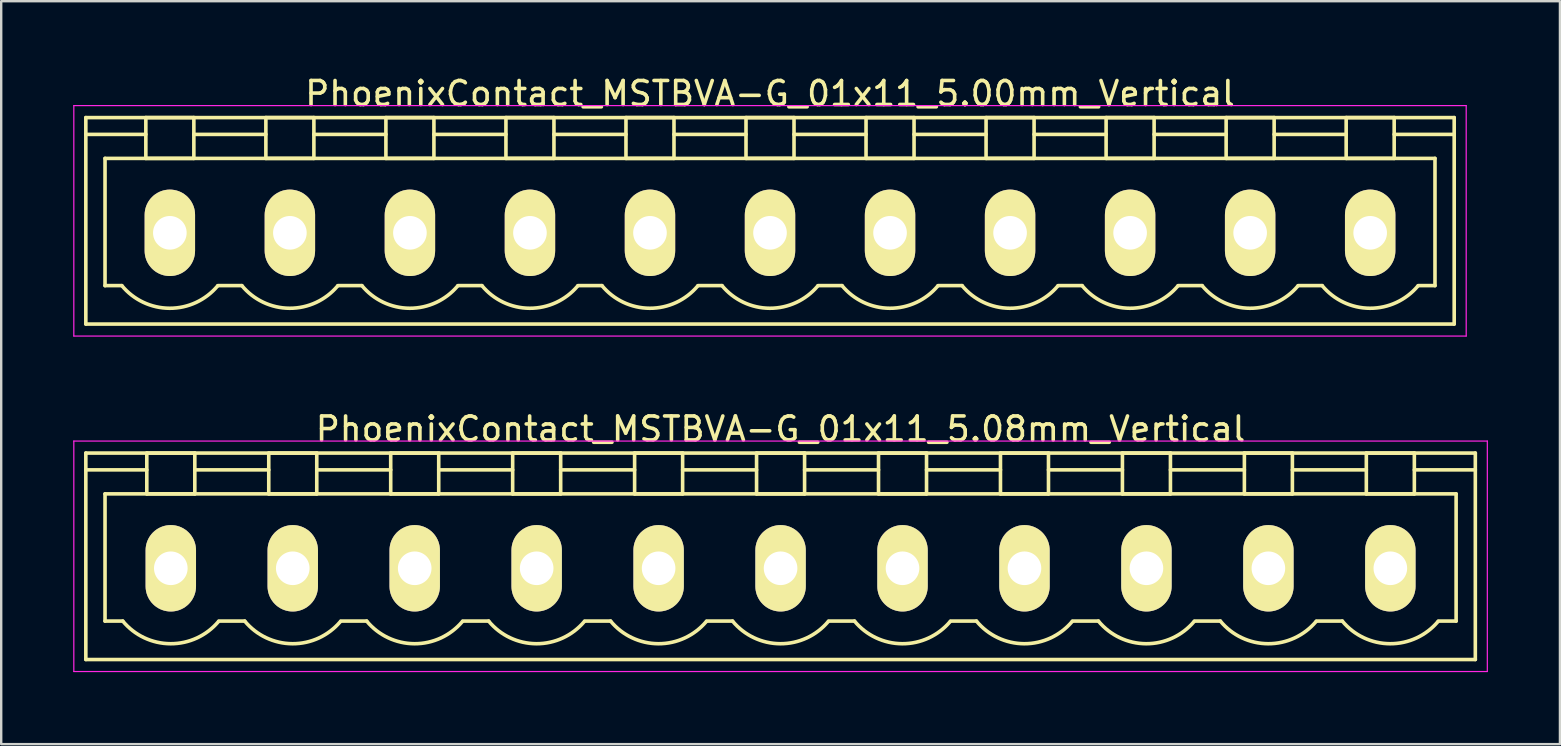
<source format=kicad_pcb>
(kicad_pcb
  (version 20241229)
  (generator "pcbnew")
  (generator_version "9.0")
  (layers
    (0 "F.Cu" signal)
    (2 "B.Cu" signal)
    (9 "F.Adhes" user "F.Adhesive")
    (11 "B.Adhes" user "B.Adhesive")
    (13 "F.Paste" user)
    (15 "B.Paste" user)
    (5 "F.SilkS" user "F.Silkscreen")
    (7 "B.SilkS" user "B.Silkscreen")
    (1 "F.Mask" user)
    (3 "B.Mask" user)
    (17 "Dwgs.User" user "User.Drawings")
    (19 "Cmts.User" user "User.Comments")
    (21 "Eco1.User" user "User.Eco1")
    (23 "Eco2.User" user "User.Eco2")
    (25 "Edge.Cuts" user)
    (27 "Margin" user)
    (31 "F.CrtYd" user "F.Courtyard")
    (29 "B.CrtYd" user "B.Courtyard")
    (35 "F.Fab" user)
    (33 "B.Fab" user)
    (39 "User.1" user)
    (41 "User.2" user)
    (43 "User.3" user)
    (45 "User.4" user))
  (footprint "PhoenixContact_MSTBVA-G_01x11_5.00mm_Vertical"
    (layer "F.Cu")
    (at 4.025 6.648)
    (property "Reference" "PhoenixContact_MSTBVA-G_01x11_5.00mm_Vertical" (at 25 -5.8 0) (layer "F.SilkS") (effects (font (size 1 1) (thickness 0.15))))
    (attr through_hole)
    (fp_line (start -3.5 -4.8) (end -3.5 3.8) (stroke (width 0.15) (type solid)) (layer "F.SilkS"))
    (fp_line (start -3.5 -4.1) (end -1 -4.1) (stroke (width 0.15) (type solid)) (layer "F.SilkS"))
    (fp_line (start -3.5 3.8) (end 53.5 3.8) (stroke (width 0.15) (type solid)) (layer "F.SilkS"))
    (fp_line (start -2.7 -3.1) (end 52.7 -3.1) (stroke (width 0.15) (type solid)) (layer "F.SilkS"))
    (fp_line (start -2.7 2.2) (end -2.7 -3.1) (stroke (width 0.15) (type solid)) (layer "F.SilkS"))
    (fp_line (start -2 2.2) (end -2.7 2.2) (stroke (width 0.15) (type solid)) (layer "F.SilkS"))
    (fp_line (start -1 -4.8) (end 1 -4.8) (stroke (width 0.15) (type solid)) (layer "F.SilkS"))
    (fp_line (start -1 -3.1) (end -1 -4.8) (stroke (width 0.15) (type solid)) (layer "F.SilkS"))
    (fp_line (start 1 -4.8) (end 1 -3.1) (stroke (width 0.15) (type solid)) (layer "F.SilkS"))
    (fp_line (start 1 -4.1) (end 4 -4.1) (stroke (width 0.15) (type solid)) (layer "F.SilkS"))
    (fp_line (start 1 -3.1) (end -1 -3.1) (stroke (width 0.15) (type solid)) (layer "F.SilkS"))
    (fp_line (start 2 2.2) (end 3 2.2) (stroke (width 0.15) (type solid)) (layer "F.SilkS"))
    (fp_line (start 4 -4.8) (end 6 -4.8) (stroke (width 0.15) (type solid)) (layer "F.SilkS"))
    (fp_line (start 4 -3.1) (end 4 -4.8) (stroke (width 0.15) (type solid)) (layer "F.SilkS"))
    (fp_line (start 6 -4.8) (end 6 -3.1) (stroke (width 0.15) (type solid)) (layer "F.SilkS"))
    (fp_line (start 6 -4.1) (end 9 -4.1) (stroke (width 0.15) (type solid)) (layer "F.SilkS"))
    (fp_line (start 6 -3.1) (end 4 -3.1) (stroke (width 0.15) (type solid)) (layer "F.SilkS"))
    (fp_line (start 7 2.2) (end 8 2.2) (stroke (width 0.15) (type solid)) (layer "F.SilkS"))
    (fp_line (start 9 -4.8) (end 11 -4.8) (stroke (width 0.15) (type solid)) (layer "F.SilkS"))
    (fp_line (start 9 -3.1) (end 9 -4.8) (stroke (width 0.15) (type solid)) (layer "F.SilkS"))
    (fp_line (start 11 -4.8) (end 11 -3.1) (stroke (width 0.15) (type solid)) (layer "F.SilkS"))
    (fp_line (start 11 -4.1) (end 14 -4.1) (stroke (width 0.15) (type solid)) (layer "F.SilkS"))
    (fp_line (start 11 -3.1) (end 9 -3.1) (stroke (width 0.15) (type solid)) (layer "F.SilkS"))
    (fp_line (start 12 2.2) (end 13 2.2) (stroke (width 0.15) (type solid)) (layer "F.SilkS"))
    (fp_line (start 14 -4.8) (end 16 -4.8) (stroke (width 0.15) (type solid)) (layer "F.SilkS"))
    (fp_line (start 14 -3.1) (end 14 -4.8) (stroke (width 0.15) (type solid)) (layer "F.SilkS"))
    (fp_line (start 16 -4.8) (end 16 -3.1) (stroke (width 0.15) (type solid)) (layer "F.SilkS"))
    (fp_line (start 16 -4.1) (end 19 -4.1) (stroke (width 0.15) (type solid)) (layer "F.SilkS"))
    (fp_line (start 16 -3.1) (end 14 -3.1) (stroke (width 0.15) (type solid)) (layer "F.SilkS"))
    (fp_line (start 17 2.2) (end 18 2.2) (stroke (width 0.15) (type solid)) (layer "F.SilkS"))
    (fp_line (start 19 -4.8) (end 21 -4.8) (stroke (width 0.15) (type solid)) (layer "F.SilkS"))
    (fp_line (start 19 -3.1) (end 19 -4.8) (stroke (width 0.15) (type solid)) (layer "F.SilkS"))
    (fp_line (start 21 -4.8) (end 21 -3.1) (stroke (width 0.15) (type solid)) (layer "F.SilkS"))
    (fp_line (start 21 -4.1) (end 24 -4.1) (stroke (width 0.15) (type solid)) (layer "F.SilkS"))
    (fp_line (start 21 -3.1) (end 19 -3.1) (stroke (width 0.15) (type solid)) (layer "F.SilkS"))
    (fp_line (start 22 2.2) (end 23 2.2) (stroke (width 0.15) (type solid)) (layer "F.SilkS"))
    (fp_line (start 24 -4.8) (end 26 -4.8) (stroke (width 0.15) (type solid)) (layer "F.SilkS"))
    (fp_line (start 24 -3.1) (end 24 -4.8) (stroke (width 0.15) (type solid)) (layer "F.SilkS"))
    (fp_line (start 26 -4.8) (end 26 -3.1) (stroke (width 0.15) (type solid)) (layer "F.SilkS"))
    (fp_line (start 26 -4.1) (end 29 -4.1) (stroke (width 0.15) (type solid)) (layer "F.SilkS"))
    (fp_line (start 26 -3.1) (end 24 -3.1) (stroke (width 0.15) (type solid)) (layer "F.SilkS"))
    (fp_line (start 27 2.2) (end 28 2.2) (stroke (width 0.15) (type solid)) (layer "F.SilkS"))
    (fp_line (start 29 -4.8) (end 31 -4.8) (stroke (width 0.15) (type solid)) (layer "F.SilkS"))
    (fp_line (start 29 -3.1) (end 29 -4.8) (stroke (width 0.15) (type solid)) (layer "F.SilkS"))
    (fp_line (start 31 -4.8) (end 31 -3.1) (stroke (width 0.15) (type solid)) (layer "F.SilkS"))
    (fp_line (start 31 -4.1) (end 34 -4.1) (stroke (width 0.15) (type solid)) (layer "F.SilkS"))
    (fp_line (start 31 -3.1) (end 29 -3.1) (stroke (width 0.15) (type solid)) (layer "F.SilkS"))
    (fp_line (start 32 2.2) (end 33 2.2) (stroke (width 0.15) (type solid)) (layer "F.SilkS"))
    (fp_line (start 34 -4.8) (end 36 -4.8) (stroke (width 0.15) (type solid)) (layer "F.SilkS"))
    (fp_line (start 34 -3.1) (end 34 -4.8) (stroke (width 0.15) (type solid)) (layer "F.SilkS"))
    (fp_line (start 36 -4.8) (end 36 -3.1) (stroke (width 0.15) (type solid)) (layer "F.SilkS"))
    (fp_line (start 36 -4.1) (end 39 -4.1) (stroke (width 0.15) (type solid)) (layer "F.SilkS"))
    (fp_line (start 36 -3.1) (end 34 -3.1) (stroke (width 0.15) (type solid)) (layer "F.SilkS"))
    (fp_line (start 37 2.2) (end 38 2.2) (stroke (width 0.15) (type solid)) (layer "F.SilkS"))
    (fp_line (start 39 -4.8) (end 41 -4.8) (stroke (width 0.15) (type solid)) (layer "F.SilkS"))
    (fp_line (start 39 -3.1) (end 39 -4.8) (stroke (width 0.15) (type solid)) (layer "F.SilkS"))
    (fp_line (start 41 -4.8) (end 41 -3.1) (stroke (width 0.15) (type solid)) (layer "F.SilkS"))
    (fp_line (start 41 -4.1) (end 44 -4.1) (stroke (width 0.15) (type solid)) (layer "F.SilkS"))
    (fp_line (start 41 -3.1) (end 39 -3.1) (stroke (width 0.15) (type solid)) (layer "F.SilkS"))
    (fp_line (start 42 2.2) (end 43 2.2) (stroke (width 0.15) (type solid)) (layer "F.SilkS"))
    (fp_line (start 44 -4.8) (end 46 -4.8) (stroke (width 0.15) (type solid)) (layer "F.SilkS"))
    (fp_line (start 44 -3.1) (end 44 -4.8) (stroke (width 0.15) (type solid)) (layer "F.SilkS"))
    (fp_line (start 46 -4.8) (end 46 -3.1) (stroke (width 0.15) (type solid)) (layer "F.SilkS"))
    (fp_line (start 46 -4.1) (end 49 -4.1) (stroke (width 0.15) (type solid)) (layer "F.SilkS"))
    (fp_line (start 46 -3.1) (end 44 -3.1) (stroke (width 0.15) (type solid)) (layer "F.SilkS"))
    (fp_line (start 47 2.2) (end 48 2.2) (stroke (width 0.15) (type solid)) (layer "F.SilkS"))
    (fp_line (start 49 -4.8) (end 51 -4.8) (stroke (width 0.15) (type solid)) (layer "F.SilkS"))
    (fp_line (start 49 -3.1) (end 49 -4.8) (stroke (width 0.15) (type solid)) (layer "F.SilkS"))
    (fp_line (start 51 -4.8) (end 51 -3.1) (stroke (width 0.15) (type solid)) (layer "F.SilkS"))
    (fp_line (start 51 -3.1) (end 49 -3.1) (stroke (width 0.15) (type solid)) (layer "F.SilkS"))
    (fp_line (start 52.7 -3.1) (end 52.7 2.2) (stroke (width 0.15) (type solid)) (layer "F.SilkS"))
    (fp_line (start 52.7 2.2) (end 52 2.2) (stroke (width 0.15) (type solid)) (layer "F.SilkS"))
    (fp_line (start 53.5 -4.8) (end -3.5 -4.8) (stroke (width 0.15) (type solid)) (layer "F.SilkS"))
    (fp_line (start 53.5 -4.1) (end 51 -4.1) (stroke (width 0.15) (type solid)) (layer "F.SilkS"))
    (fp_line (start 53.5 3.8) (end 53.5 -4.8) (stroke (width 0.15) (type solid)) (layer "F.SilkS"))
    (fp_arc (start 1.986842 2.215821) (mid -0.010289 3.142758) (end -2 2.2) (stroke (width 0.15) (type solid)) (layer "F.SilkS"))
    (fp_arc (start 6.986842 2.215821) (mid 4.989711 3.142758) (end 3 2.2) (stroke (width 0.15) (type solid)) (layer "F.SilkS"))
    (fp_arc (start 11.986842 2.215821) (mid 9.989711 3.142758) (end 8 2.2) (stroke (width 0.15) (type solid)) (layer "F.SilkS"))
    (fp_arc (start 16.986842 2.215821) (mid 14.989711 3.142758) (end 13 2.2) (stroke (width 0.15) (type solid)) (layer "F.SilkS"))
    (fp_arc (start 21.986842 2.215821) (mid 19.989711 3.142758) (end 18 2.2) (stroke (width 0.15) (type solid)) (layer "F.SilkS"))
    (fp_arc (start 26.986842 2.215821) (mid 24.989711 3.142758) (end 23 2.2) (stroke (width 0.15) (type solid)) (layer "F.SilkS"))
    (fp_arc (start 31.986842 2.215821) (mid 29.989711 3.142758) (end 28 2.2) (stroke (width 0.15) (type solid)) (layer "F.SilkS"))
    (fp_arc (start 36.986842 2.215821) (mid 34.989711 3.142758) (end 33 2.2) (stroke (width 0.15) (type solid)) (layer "F.SilkS"))
    (fp_arc (start 41.986842 2.215821) (mid 39.989711 3.142758) (end 38 2.2) (stroke (width 0.15) (type solid)) (layer "F.SilkS"))
    (fp_arc (start 46.986842 2.215821) (mid 44.989711 3.142758) (end 43 2.2) (stroke (width 0.15) (type solid)) (layer "F.SilkS"))
    (fp_arc (start 51.986842 2.215821) (mid 49.989711 3.142758) (end 48 2.2) (stroke (width 0.15) (type solid)) (layer "F.SilkS"))
    (fp_line (start -4 -5.3) (end -4 4.3) (stroke (width 0.05) (type solid)) (layer "F.CrtYd"))
    (fp_line (start -4 4.3) (end 54 4.3) (stroke (width 0.05) (type solid)) (layer "F.CrtYd"))
    (fp_line (start 54 -5.3) (end -4 -5.3) (stroke (width 0.05) (type solid)) (layer "F.CrtYd"))
    (fp_line (start 54 4.3) (end 54 -5.3) (stroke (width 0.05) (type solid)) (layer "F.CrtYd"))
    (pad "1" thru_hole oval (at 0 0) (size 2.1 3.6) (drill 1.4) (layers "*.Cu" "*.Mask" "F.SilkS"))
    (pad "2" thru_hole oval (at 5 0) (size 2.1 3.6) (drill 1.4) (layers "*.Cu" "*.Mask" "F.SilkS"))
    (pad "3" thru_hole oval (at 10 0) (size 2.1 3.6) (drill 1.4) (layers "*.Cu" "*.Mask" "F.SilkS"))
    (pad "4" thru_hole oval (at 15 0) (size 2.1 3.6) (drill 1.4) (layers "*.Cu" "*.Mask" "F.SilkS"))
    (pad "5" thru_hole oval (at 20 0) (size 2.1 3.6) (drill 1.4) (layers "*.Cu" "*.Mask" "F.SilkS"))
    (pad "6" thru_hole oval (at 25 0) (size 2.1 3.6) (drill 1.4) (layers "*.Cu" "*.Mask" "F.SilkS"))
    (pad "7" thru_hole oval (at 30 0) (size 2.1 3.6) (drill 1.4) (layers "*.Cu" "*.Mask" "F.SilkS"))
    (pad "8" thru_hole oval (at 35 0) (size 2.1 3.6) (drill 1.4) (layers "*.Cu" "*.Mask" "F.SilkS"))
    (pad "9" thru_hole oval (at 40 0) (size 2.1 3.6) (drill 1.4) (layers "*.Cu" "*.Mask" "F.SilkS"))
    (pad "10" thru_hole oval (at 45 0) (size 2.1 3.6) (drill 1.4) (layers "*.Cu" "*.Mask" "F.SilkS"))
    (pad "11" thru_hole oval (at 50 0) (size 2.1 3.6) (drill 1.4) (layers "*.Cu" "*.Mask" "F.SilkS")))
  (footprint "PhoenixContact_MSTBVA-G_01x11_5.08mm_Vertical"
    (layer "F.Cu")
    (at 4.065 20.622)
    (property "Reference" "PhoenixContact_MSTBVA-G_01x11_5.08mm_Vertical" (at 25.4 -5.8 0) (layer "F.SilkS") (effects (font (size 1 1) (thickness 0.15))))
    (attr through_hole)
    (fp_line (start -3.54 -4.8) (end -3.54 3.8) (stroke (width 0.15) (type solid)) (layer "F.SilkS"))
    (fp_line (start -3.54 -4.1) (end -1 -4.1) (stroke (width 0.15) (type solid)) (layer "F.SilkS"))
    (fp_line (start -3.54 3.8) (end 54.34 3.8) (stroke (width 0.15) (type solid)) (layer "F.SilkS"))
    (fp_line (start -2.74 -3.1) (end 53.54 -3.1) (stroke (width 0.15) (type solid)) (layer "F.SilkS"))
    (fp_line (start -2.74 2.2) (end -2.74 -3.1) (stroke (width 0.15) (type solid)) (layer "F.SilkS"))
    (fp_line (start -2 2.2) (end -2.74 2.2) (stroke (width 0.15) (type solid)) (layer "F.SilkS"))
    (fp_line (start -1 -4.8) (end 1 -4.8) (stroke (width 0.15) (type solid)) (layer "F.SilkS"))
    (fp_line (start -1 -3.1) (end -1 -4.8) (stroke (width 0.15) (type solid)) (layer "F.SilkS"))
    (fp_line (start 1 -4.8) (end 1 -3.1) (stroke (width 0.15) (type solid)) (layer "F.SilkS"))
    (fp_line (start 1 -4.1) (end 4.08 -4.1) (stroke (width 0.15) (type solid)) (layer "F.SilkS"))
    (fp_line (start 1 -3.1) (end -1 -3.1) (stroke (width 0.15) (type solid)) (layer "F.SilkS"))
    (fp_line (start 2 2.2) (end 3.08 2.2) (stroke (width 0.15) (type solid)) (layer "F.SilkS"))
    (fp_line (start 4.08 -4.8) (end 6.08 -4.8) (stroke (width 0.15) (type solid)) (layer "F.SilkS"))
    (fp_line (start 4.08 -3.1) (end 4.08 -4.8) (stroke (width 0.15) (type solid)) (layer "F.SilkS"))
    (fp_line (start 6.08 -4.8) (end 6.08 -3.1) (stroke (width 0.15) (type solid)) (layer "F.SilkS"))
    (fp_line (start 6.08 -4.1) (end 9.16 -4.1) (stroke (width 0.15) (type solid)) (layer "F.SilkS"))
    (fp_line (start 6.08 -3.1) (end 4.08 -3.1) (stroke (width 0.15) (type solid)) (layer "F.SilkS"))
    (fp_line (start 7.08 2.2) (end 8.16 2.2) (stroke (width 0.15) (type solid)) (layer "F.SilkS"))
    (fp_line (start 9.16 -4.8) (end 11.16 -4.8) (stroke (width 0.15) (type solid)) (layer "F.SilkS"))
    (fp_line (start 9.16 -3.1) (end 9.16 -4.8) (stroke (width 0.15) (type solid)) (layer "F.SilkS"))
    (fp_line (start 11.16 -4.8) (end 11.16 -3.1) (stroke (width 0.15) (type solid)) (layer "F.SilkS"))
    (fp_line (start 11.16 -4.1) (end 14.24 -4.1) (stroke (width 0.15) (type solid)) (layer "F.SilkS"))
    (fp_line (start 11.16 -3.1) (end 9.16 -3.1) (stroke (width 0.15) (type solid)) (layer "F.SilkS"))
    (fp_line (start 12.16 2.2) (end 13.24 2.2) (stroke (width 0.15) (type solid)) (layer "F.SilkS"))
    (fp_line (start 14.24 -4.8) (end 16.24 -4.8) (stroke (width 0.15) (type solid)) (layer "F.SilkS"))
    (fp_line (start 14.24 -3.1) (end 14.24 -4.8) (stroke (width 0.15) (type solid)) (layer "F.SilkS"))
    (fp_line (start 16.24 -4.8) (end 16.24 -3.1) (stroke (width 0.15) (type solid)) (layer "F.SilkS"))
    (fp_line (start 16.24 -4.1) (end 19.32 -4.1) (stroke (width 0.15) (type solid)) (layer "F.SilkS"))
    (fp_line (start 16.24 -3.1) (end 14.24 -3.1) (stroke (width 0.15) (type solid)) (layer "F.SilkS"))
    (fp_line (start 17.24 2.2) (end 18.32 2.2) (stroke (width 0.15) (type solid)) (layer "F.SilkS"))
    (fp_line (start 19.32 -4.8) (end 21.32 -4.8) (stroke (width 0.15) (type solid)) (layer "F.SilkS"))
    (fp_line (start 19.32 -3.1) (end 19.32 -4.8) (stroke (width 0.15) (type solid)) (layer "F.SilkS"))
    (fp_line (start 21.32 -4.8) (end 21.32 -3.1) (stroke (width 0.15) (type solid)) (layer "F.SilkS"))
    (fp_line (start 21.32 -4.1) (end 24.4 -4.1) (stroke (width 0.15) (type solid)) (layer "F.SilkS"))
    (fp_line (start 21.32 -3.1) (end 19.32 -3.1) (stroke (width 0.15) (type solid)) (layer "F.SilkS"))
    (fp_line (start 22.32 2.2) (end 23.4 2.2) (stroke (width 0.15) (type solid)) (layer "F.SilkS"))
    (fp_line (start 24.4 -4.8) (end 26.4 -4.8) (stroke (width 0.15) (type solid)) (layer "F.SilkS"))
    (fp_line (start 24.4 -3.1) (end 24.4 -4.8) (stroke (width 0.15) (type solid)) (layer "F.SilkS"))
    (fp_line (start 26.4 -4.8) (end 26.4 -3.1) (stroke (width 0.15) (type solid)) (layer "F.SilkS"))
    (fp_line (start 26.4 -4.1) (end 29.48 -4.1) (stroke (width 0.15) (type solid)) (layer "F.SilkS"))
    (fp_line (start 26.4 -3.1) (end 24.4 -3.1) (stroke (width 0.15) (type solid)) (layer "F.SilkS"))
    (fp_line (start 27.4 2.2) (end 28.48 2.2) (stroke (width 0.15) (type solid)) (layer "F.SilkS"))
    (fp_line (start 29.48 -4.8) (end 31.48 -4.8) (stroke (width 0.15) (type solid)) (layer "F.SilkS"))
    (fp_line (start 29.48 -3.1) (end 29.48 -4.8) (stroke (width 0.15) (type solid)) (layer "F.SilkS"))
    (fp_line (start 31.48 -4.8) (end 31.48 -3.1) (stroke (width 0.15) (type solid)) (layer "F.SilkS"))
    (fp_line (start 31.48 -4.1) (end 34.56 -4.1) (stroke (width 0.15) (type solid)) (layer "F.SilkS"))
    (fp_line (start 31.48 -3.1) (end 29.48 -3.1) (stroke (width 0.15) (type solid)) (layer "F.SilkS"))
    (fp_line (start 32.48 2.2) (end 33.56 2.2) (stroke (width 0.15) (type solid)) (layer "F.SilkS"))
    (fp_line (start 34.56 -4.8) (end 36.56 -4.8) (stroke (width 0.15) (type solid)) (layer "F.SilkS"))
    (fp_line (start 34.56 -3.1) (end 34.56 -4.8) (stroke (width 0.15) (type solid)) (layer "F.SilkS"))
    (fp_line (start 36.56 -4.8) (end 36.56 -3.1) (stroke (width 0.15) (type solid)) (layer "F.SilkS"))
    (fp_line (start 36.56 -4.1) (end 39.64 -4.1) (stroke (width 0.15) (type solid)) (layer "F.SilkS"))
    (fp_line (start 36.56 -3.1) (end 34.56 -3.1) (stroke (width 0.15) (type solid)) (layer "F.SilkS"))
    (fp_line (start 37.56 2.2) (end 38.64 2.2) (stroke (width 0.15) (type solid)) (layer "F.SilkS"))
    (fp_line (start 39.64 -4.8) (end 41.64 -4.8) (stroke (width 0.15) (type solid)) (layer "F.SilkS"))
    (fp_line (start 39.64 -3.1) (end 39.64 -4.8) (stroke (width 0.15) (type solid)) (layer "F.SilkS"))
    (fp_line (start 41.64 -4.8) (end 41.64 -3.1) (stroke (width 0.15) (type solid)) (layer "F.SilkS"))
    (fp_line (start 41.64 -4.1) (end 44.72 -4.1) (stroke (width 0.15) (type solid)) (layer "F.SilkS"))
    (fp_line (start 41.64 -3.1) (end 39.64 -3.1) (stroke (width 0.15) (type solid)) (layer "F.SilkS"))
    (fp_line (start 42.64 2.2) (end 43.72 2.2) (stroke (width 0.15) (type solid)) (layer "F.SilkS"))
    (fp_line (start 44.72 -4.8) (end 46.72 -4.8) (stroke (width 0.15) (type solid)) (layer "F.SilkS"))
    (fp_line (start 44.72 -3.1) (end 44.72 -4.8) (stroke (width 0.15) (type solid)) (layer "F.SilkS"))
    (fp_line (start 46.72 -4.8) (end 46.72 -3.1) (stroke (width 0.15) (type solid)) (layer "F.SilkS"))
    (fp_line (start 46.72 -4.1) (end 49.8 -4.1) (stroke (width 0.15) (type solid)) (layer "F.SilkS"))
    (fp_line (start 46.72 -3.1) (end 44.72 -3.1) (stroke (width 0.15) (type solid)) (layer "F.SilkS"))
    (fp_line (start 47.72 2.2) (end 48.8 2.2) (stroke (width 0.15) (type solid)) (layer "F.SilkS"))
    (fp_line (start 49.8 -4.8) (end 51.8 -4.8) (stroke (width 0.15) (type solid)) (layer "F.SilkS"))
    (fp_line (start 49.8 -3.1) (end 49.8 -4.8) (stroke (width 0.15) (type solid)) (layer "F.SilkS"))
    (fp_line (start 51.8 -4.8) (end 51.8 -3.1) (stroke (width 0.15) (type solid)) (layer "F.SilkS"))
    (fp_line (start 51.8 -3.1) (end 49.8 -3.1) (stroke (width 0.15) (type solid)) (layer "F.SilkS"))
    (fp_line (start 53.54 -3.1) (end 53.54 2.2) (stroke (width 0.15) (type solid)) (layer "F.SilkS"))
    (fp_line (start 53.54 2.2) (end 52.8 2.2) (stroke (width 0.15) (type solid)) (layer "F.SilkS"))
    (fp_line (start 54.34 -4.8) (end -3.54 -4.8) (stroke (width 0.15) (type solid)) (layer "F.SilkS"))
    (fp_line (start 54.34 -4.1) (end 51.8 -4.1) (stroke (width 0.15) (type solid)) (layer "F.SilkS"))
    (fp_line (start 54.34 3.8) (end 54.34 -4.8) (stroke (width 0.15) (type solid)) (layer "F.SilkS"))
    (fp_arc (start 1.986842 2.215821) (mid -0.010289 3.142758) (end -2 2.2) (stroke (width 0.15) (type solid)) (layer "F.SilkS"))
    (fp_arc (start 7.066842 2.215821) (mid 5.069711 3.142758) (end 3.08 2.2) (stroke (width 0.15) (type solid)) (layer "F.SilkS"))
    (fp_arc (start 12.146842 2.215821) (mid 10.149711 3.142758) (end 8.16 2.2) (stroke (width 0.15) (type solid)) (layer "F.SilkS"))
    (fp_arc (start 17.226842 2.215821) (mid 15.229711 3.142758) (end 13.24 2.2) (stroke (width 0.15) (type solid)) (layer "F.SilkS"))
    (fp_arc (start 22.306842 2.215821) (mid 20.309711 3.142758) (end 18.32 2.2) (stroke (width 0.15) (type solid)) (layer "F.SilkS"))
    (fp_arc (start 27.386842 2.215821) (mid 25.389711 3.142758) (end 23.4 2.2) (stroke (width 0.15) (type solid)) (layer "F.SilkS"))
    (fp_arc (start 32.466842 2.215821) (mid 30.469711 3.142758) (end 28.48 2.2) (stroke (width 0.15) (type solid)) (layer "F.SilkS"))
    (fp_arc (start 37.546842 2.215821) (mid 35.549711 3.142758) (end 33.56 2.2) (stroke (width 0.15) (type solid)) (layer "F.SilkS"))
    (fp_arc (start 42.626842 2.215821) (mid 40.629711 3.142758) (end 38.64 2.2) (stroke (width 0.15) (type solid)) (layer "F.SilkS"))
    (fp_arc (start 47.706842 2.215821) (mid 45.709711 3.142758) (end 43.72 2.2) (stroke (width 0.15) (type solid)) (layer "F.SilkS"))
    (fp_arc (start 52.786842 2.215821) (mid 50.789711 3.142758) (end 48.8 2.2) (stroke (width 0.15) (type solid)) (layer "F.SilkS"))
    (fp_line (start -4.04 -5.3) (end -4.04 4.3) (stroke (width 0.05) (type solid)) (layer "F.CrtYd"))
    (fp_line (start -4.04 4.3) (end 54.84 4.3) (stroke (width 0.05) (type solid)) (layer "F.CrtYd"))
    (fp_line (start 54.84 -5.3) (end -4.04 -5.3) (stroke (width 0.05) (type solid)) (layer "F.CrtYd"))
    (fp_line (start 54.84 4.3) (end 54.84 -5.3) (stroke (width 0.05) (type solid)) (layer "F.CrtYd"))
    (pad "1" thru_hole oval (at 0 0) (size 2.1 3.6) (drill 1.4) (layers "*.Cu" "*.Mask" "F.SilkS"))
    (pad "2" thru_hole oval (at 5.08 0) (size 2.1 3.6) (drill 1.4) (layers "*.Cu" "*.Mask" "F.SilkS"))
    (pad "3" thru_hole oval (at 10.16 0) (size 2.1 3.6) (drill 1.4) (layers "*.Cu" "*.Mask" "F.SilkS"))
    (pad "4" thru_hole oval (at 15.24 0) (size 2.1 3.6) (drill 1.4) (layers "*.Cu" "*.Mask" "F.SilkS"))
    (pad "5" thru_hole oval (at 20.32 0) (size 2.1 3.6) (drill 1.4) (layers "*.Cu" "*.Mask" "F.SilkS"))
    (pad "6" thru_hole oval (at 25.4 0) (size 2.1 3.6) (drill 1.4) (layers "*.Cu" "*.Mask" "F.SilkS"))
    (pad "7" thru_hole oval (at 30.48 0) (size 2.1 3.6) (drill 1.4) (layers "*.Cu" "*.Mask" "F.SilkS"))
    (pad "8" thru_hole oval (at 35.56 0) (size 2.1 3.6) (drill 1.4) (layers "*.Cu" "*.Mask" "F.SilkS"))
    (pad "9" thru_hole oval (at 40.64 0) (size 2.1 3.6) (drill 1.4) (layers "*.Cu" "*.Mask" "F.SilkS"))
    (pad "10" thru_hole oval (at 45.72 0) (size 2.1 3.6) (drill 1.4) (layers "*.Cu" "*.Mask" "F.SilkS"))
    (pad "11" thru_hole oval (at 50.8 0) (size 2.1 3.6) (drill 1.4) (layers "*.Cu" "*.Mask" "F.SilkS")))
  (gr_rect
    (start -3 -3)
    (end 61.93 27.947)
    (stroke (width 0.1) (type default))
    (fill no)
    (layer "Edge.Cuts")))
</source>
